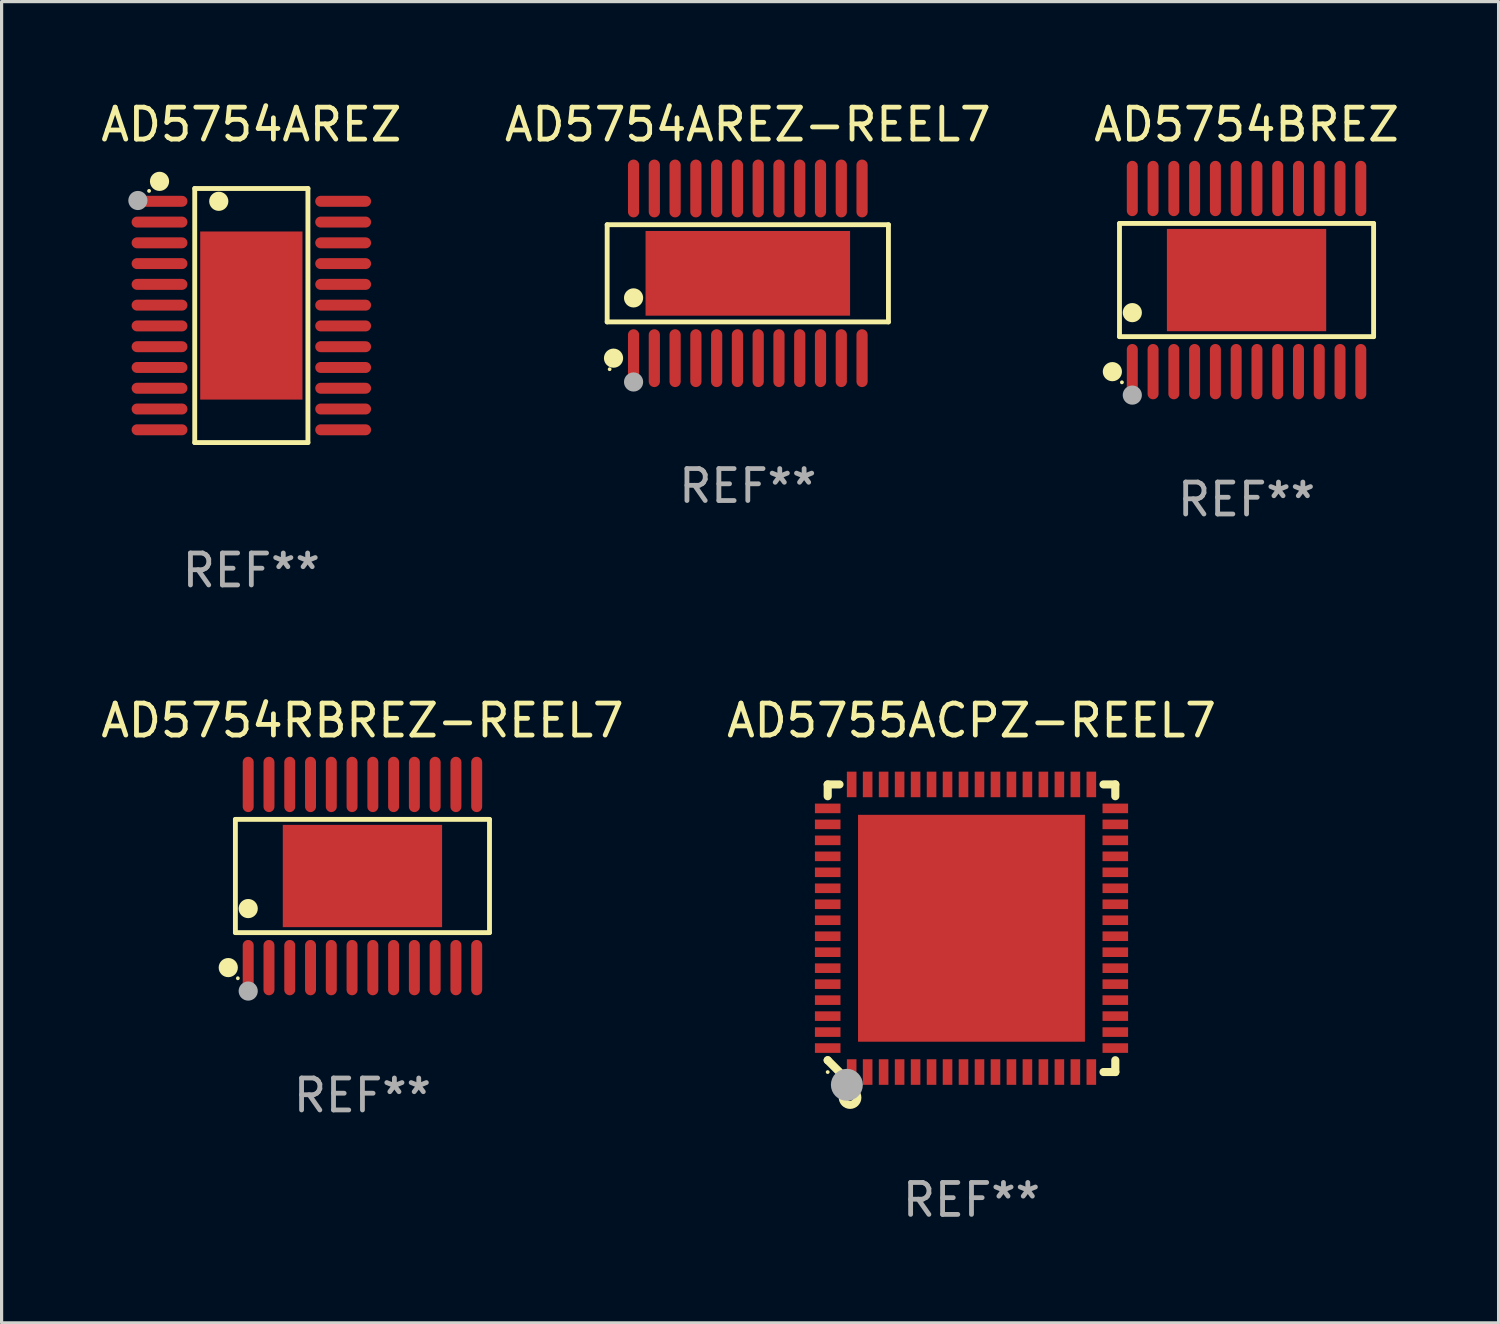
<source format=kicad_pcb>
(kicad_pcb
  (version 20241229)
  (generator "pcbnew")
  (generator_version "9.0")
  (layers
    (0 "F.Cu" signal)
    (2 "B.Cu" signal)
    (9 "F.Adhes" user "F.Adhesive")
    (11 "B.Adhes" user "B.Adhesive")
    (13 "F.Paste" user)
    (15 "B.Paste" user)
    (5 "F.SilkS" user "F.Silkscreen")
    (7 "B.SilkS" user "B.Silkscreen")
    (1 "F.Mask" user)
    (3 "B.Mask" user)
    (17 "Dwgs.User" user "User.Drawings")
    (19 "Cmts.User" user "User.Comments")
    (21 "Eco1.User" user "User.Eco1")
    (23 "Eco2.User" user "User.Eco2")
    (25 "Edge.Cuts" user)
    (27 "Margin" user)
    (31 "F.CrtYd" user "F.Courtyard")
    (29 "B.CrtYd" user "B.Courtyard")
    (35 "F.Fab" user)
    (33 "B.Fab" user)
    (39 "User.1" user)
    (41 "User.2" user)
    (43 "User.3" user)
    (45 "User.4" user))
  (footprint "AD5754AREZ-REEL7"
    (layer "F.Cu")
    (at 20.351 5.503)
    (property "Reference" "AD5754AREZ-REEL7" (at 0 -4.655 0) (layer "F.SilkS") (effects (font (size 1 1) (thickness 0.15))))
    (attr through_hole)
    (fp_line (start -4.401 -1.521) (end 4.401 -1.521) (stroke (width 0.152) (type solid)) (layer "F.SilkS"))
    (fp_line (start -4.401 1.521) (end -4.401 -1.521) (stroke (width 0.152) (type solid)) (layer "F.SilkS"))
    (fp_line (start 4.401 -1.521) (end 4.401 1.521) (stroke (width 0.152) (type solid)) (layer "F.SilkS"))
    (fp_line (start 4.401 1.521) (end -4.401 1.521) (stroke (width 0.152) (type solid)) (layer "F.SilkS"))
    (fp_circle (center -4.325 3) (end -4.295 3) (stroke (width 0.06) (type solid)) (fill no) (layer "F.SilkS"))
    (fp_circle (center -4.202 2.655) (end -4.052 2.655) (stroke (width 0.3) (type solid)) (fill no) (layer "F.SilkS"))
    (fp_circle (center -3.575 0.769) (end -3.425 0.769) (stroke (width 0.3) (type solid)) (fill no) (layer "F.SilkS"))
    (fp_circle (center -3.575 3.4) (end -3.425 3.4) (stroke (width 0.3) (type solid)) (fill no) (layer "F.Fab"))
    (fp_text user "REF**" (at 0 6.655 0) (layer "F.Fab") (effects (font (size 1 1) (thickness 0.15))))
    (pad "1" smd oval (at -3.575 2.655) (size 0.35 1.809) (layers "F.Cu" "F.Mask" "F.Paste"))
    (pad "2" smd oval (at -2.925 2.655) (size 0.35 1.809) (layers "F.Cu" "F.Mask" "F.Paste"))
    (pad "3" smd oval (at -2.275 2.655) (size 0.35 1.809) (layers "F.Cu" "F.Mask" "F.Paste"))
    (pad "4" smd oval (at -1.625 2.655) (size 0.35 1.809) (layers "F.Cu" "F.Mask" "F.Paste"))
    (pad "5" smd oval (at -0.975 2.655) (size 0.35 1.809) (layers "F.Cu" "F.Mask" "F.Paste"))
    (pad "6" smd oval (at -0.325 2.655) (size 0.35 1.809) (layers "F.Cu" "F.Mask" "F.Paste"))
    (pad "7" smd oval (at 0.325 2.655) (size 0.35 1.809) (layers "F.Cu" "F.Mask" "F.Paste"))
    (pad "8" smd oval (at 0.975 2.655) (size 0.35 1.809) (layers "F.Cu" "F.Mask" "F.Paste"))
    (pad "9" smd oval (at 1.625 2.655) (size 0.35 1.809) (layers "F.Cu" "F.Mask" "F.Paste"))
    (pad "10" smd oval (at 2.275 2.655) (size 0.35 1.809) (layers "F.Cu" "F.Mask" "F.Paste"))
    (pad "11" smd oval (at 2.925 2.655) (size 0.35 1.809) (layers "F.Cu" "F.Mask" "F.Paste"))
    (pad "12" smd oval (at 3.575 2.655) (size 0.35 1.809) (layers "F.Cu" "F.Mask" "F.Paste"))
    (pad "13" smd oval (at 3.575 -2.655) (size 0.35 1.809) (layers "F.Cu" "F.Mask" "F.Paste"))
    (pad "14" smd oval (at 2.925 -2.655) (size 0.35 1.809) (layers "F.Cu" "F.Mask" "F.Paste"))
    (pad "15" smd oval (at 2.275 -2.655) (size 0.35 1.809) (layers "F.Cu" "F.Mask" "F.Paste"))
    (pad "16" smd oval (at 1.625 -2.655) (size 0.35 1.809) (layers "F.Cu" "F.Mask" "F.Paste"))
    (pad "17" smd oval (at 0.975 -2.655) (size 0.35 1.809) (layers "F.Cu" "F.Mask" "F.Paste"))
    (pad "18" smd oval (at 0.325 -2.655) (size 0.35 1.809) (layers "F.Cu" "F.Mask" "F.Paste"))
    (pad "19" smd oval (at -0.325 -2.655) (size 0.35 1.809) (layers "F.Cu" "F.Mask" "F.Paste"))
    (pad "20" smd oval (at -0.975 -2.655) (size 0.35 1.809) (layers "F.Cu" "F.Mask" "F.Paste"))
    (pad "21" smd oval (at -1.625 -2.655) (size 0.35 1.809) (layers "F.Cu" "F.Mask" "F.Paste"))
    (pad "22" smd oval (at -2.275 -2.655) (size 0.35 1.809) (layers "F.Cu" "F.Mask" "F.Paste"))
    (pad "23" smd oval (at -2.925 -2.655) (size 0.35 1.809) (layers "F.Cu" "F.Mask" "F.Paste"))
    (pad "24" smd oval (at -3.575 -2.655) (size 0.35 1.809) (layers "F.Cu" "F.Mask" "F.Paste"))
    (pad "25" smd rect (at 0 0) (size 6.4 2.65) (layers "F.Cu" "F.Mask" "F.Paste")))
  (footprint "AD5755ACPZ-REEL7"
    (layer "F.Cu")
    (at 27.351 25.997)
    (property "Reference" "AD5755ACPZ-REEL7" (at 0 -6.5 0) (layer "F.SilkS") (effects (font (size 1 1) (thickness 0.15))))
    (attr through_hole)
    (fp_line (start -4.5 -4.5) (end -4.5 -4.131) (stroke (width 0.254) (type solid)) (layer "F.SilkS"))
    (fp_line (start -4.5 4.131) (end -4.5 4.131) (stroke (width 0.254) (type solid)) (layer "F.SilkS"))
    (fp_line (start -4.5 4.131) (end -4.131 4.5) (stroke (width 0.254) (type solid)) (layer "F.SilkS"))
    (fp_line (start -4.131 -4.5) (end -4.5 -4.5) (stroke (width 0.254) (type solid)) (layer "F.SilkS"))
    (fp_line (start 4.131 4.5) (end 4.5 4.5) (stroke (width 0.254) (type solid)) (layer "F.SilkS"))
    (fp_line (start 4.5 -4.5) (end 4.131 -4.5) (stroke (width 0.254) (type solid)) (layer "F.SilkS"))
    (fp_line (start 4.5 -4.131) (end 4.5 -4.5) (stroke (width 0.254) (type solid)) (layer "F.SilkS"))
    (fp_line (start 4.5 4.5) (end 4.5 4.131) (stroke (width 0.254) (type solid)) (layer "F.SilkS"))
    (fp_circle (center -4.5 4.5) (end -4.47 4.5) (stroke (width 0.06) (type solid)) (fill no) (layer "F.SilkS"))
    (fp_circle (center -3.8 5.3) (end -3.7 5.3) (stroke (width 0.254) (type solid)) (fill no) (layer "F.SilkS"))
    (fp_circle (center -3.9 4.9) (end -3.65 4.9) (stroke (width 0.5) (type solid)) (fill no) (layer "F.Fab"))
    (fp_text user "REF**" (at 0 8.5 0) (layer "F.Fab") (effects (font (size 1 1) (thickness 0.15))))
    (pad "1" smd rect (at -3.75 4.5) (size 0.3 0.8) (layers "F.Cu" "F.Mask" "F.Paste"))
    (pad "2" smd rect (at -3.25 4.5) (size 0.3 0.8) (layers "F.Cu" "F.Mask" "F.Paste"))
    (pad "3" smd rect (at -2.75 4.5) (size 0.3 0.8) (layers "F.Cu" "F.Mask" "F.Paste"))
    (pad "4" smd rect (at -2.25 4.5) (size 0.3 0.8) (layers "F.Cu" "F.Mask" "F.Paste"))
    (pad "5" smd rect (at -1.75 4.5) (size 0.3 0.8) (layers "F.Cu" "F.Mask" "F.Paste"))
    (pad "6" smd rect (at -1.25 4.5) (size 0.3 0.8) (layers "F.Cu" "F.Mask" "F.Paste"))
    (pad "7" smd rect (at -0.75 4.5) (size 0.3 0.8) (layers "F.Cu" "F.Mask" "F.Paste"))
    (pad "8" smd rect (at -0.25 4.5) (size 0.3 0.8) (layers "F.Cu" "F.Mask" "F.Paste"))
    (pad "9" smd rect (at 0.25 4.5) (size 0.3 0.8) (layers "F.Cu" "F.Mask" "F.Paste"))
    (pad "10" smd rect (at 0.75 4.5) (size 0.3 0.8) (layers "F.Cu" "F.Mask" "F.Paste"))
    (pad "11" smd rect (at 1.25 4.5) (size 0.3 0.8) (layers "F.Cu" "F.Mask" "F.Paste"))
    (pad "12" smd rect (at 1.75 4.5) (size 0.3 0.8) (layers "F.Cu" "F.Mask" "F.Paste"))
    (pad "13" smd rect (at 2.25 4.5) (size 0.3 0.8) (layers "F.Cu" "F.Mask" "F.Paste"))
    (pad "14" smd rect (at 2.75 4.5) (size 0.3 0.8) (layers "F.Cu" "F.Mask" "F.Paste"))
    (pad "15" smd rect (at 3.25 4.5) (size 0.3 0.8) (layers "F.Cu" "F.Mask" "F.Paste"))
    (pad "16" smd rect (at 3.75 4.5) (size 0.3 0.8) (layers "F.Cu" "F.Mask" "F.Paste"))
    (pad "17" smd rect (at 4.5 3.75) (size 0.8 0.3) (layers "F.Cu" "F.Mask" "F.Paste"))
    (pad "18" smd rect (at 4.5 3.25) (size 0.8 0.3) (layers "F.Cu" "F.Mask" "F.Paste"))
    (pad "19" smd rect (at 4.5 2.75) (size 0.8 0.3) (layers "F.Cu" "F.Mask" "F.Paste"))
    (pad "20" smd rect (at 4.5 2.25) (size 0.8 0.3) (layers "F.Cu" "F.Mask" "F.Paste"))
    (pad "21" smd rect (at 4.5 1.75) (size 0.8 0.3) (layers "F.Cu" "F.Mask" "F.Paste"))
    (pad "22" smd rect (at 4.5 1.25) (size 0.8 0.3) (layers "F.Cu" "F.Mask" "F.Paste"))
    (pad "23" smd rect (at 4.5 0.75) (size 0.8 0.3) (layers "F.Cu" "F.Mask" "F.Paste"))
    (pad "24" smd rect (at 4.5 0.25) (size 0.8 0.3) (layers "F.Cu" "F.Mask" "F.Paste"))
    (pad "25" smd rect (at 4.5 -0.25) (size 0.8 0.3) (layers "F.Cu" "F.Mask" "F.Paste"))
    (pad "26" smd rect (at 4.5 -0.75) (size 0.8 0.3) (layers "F.Cu" "F.Mask" "F.Paste"))
    (pad "27" smd rect (at 4.5 -1.25) (size 0.8 0.3) (layers "F.Cu" "F.Mask" "F.Paste"))
    (pad "28" smd rect (at 4.5 -1.75) (size 0.8 0.3) (layers "F.Cu" "F.Mask" "F.Paste"))
    (pad "29" smd rect (at 4.5 -2.25) (size 0.8 0.3) (layers "F.Cu" "F.Mask" "F.Paste"))
    (pad "30" smd rect (at 4.5 -2.75) (size 0.8 0.3) (layers "F.Cu" "F.Mask" "F.Paste"))
    (pad "31" smd rect (at 4.5 -3.25) (size 0.8 0.3) (layers "F.Cu" "F.Mask" "F.Paste"))
    (pad "32" smd rect (at 4.5 -3.75) (size 0.8 0.3) (layers "F.Cu" "F.Mask" "F.Paste"))
    (pad "33" smd rect (at 3.75 -4.5) (size 0.3 0.8) (layers "F.Cu" "F.Mask" "F.Paste"))
    (pad "34" smd rect (at 3.25 -4.5) (size 0.3 0.8) (layers "F.Cu" "F.Mask" "F.Paste"))
    (pad "35" smd rect (at 2.75 -4.5) (size 0.3 0.8) (layers "F.Cu" "F.Mask" "F.Paste"))
    (pad "36" smd rect (at 2.25 -4.5) (size 0.3 0.8) (layers "F.Cu" "F.Mask" "F.Paste"))
    (pad "37" smd rect (at 1.75 -4.5) (size 0.3 0.8) (layers "F.Cu" "F.Mask" "F.Paste"))
    (pad "38" smd rect (at 1.25 -4.5) (size 0.3 0.8) (layers "F.Cu" "F.Mask" "F.Paste"))
    (pad "39" smd rect (at 0.75 -4.5) (size 0.3 0.8) (layers "F.Cu" "F.Mask" "F.Paste"))
    (pad "40" smd rect (at 0.25 -4.5) (size 0.3 0.8) (layers "F.Cu" "F.Mask" "F.Paste"))
    (pad "41" smd rect (at -0.25 -4.5) (size 0.3 0.8) (layers "F.Cu" "F.Mask" "F.Paste"))
    (pad "42" smd rect (at -0.75 -4.5) (size 0.3 0.8) (layers "F.Cu" "F.Mask" "F.Paste"))
    (pad "43" smd rect (at -1.25 -4.5) (size 0.3 0.8) (layers "F.Cu" "F.Mask" "F.Paste"))
    (pad "44" smd rect (at -1.75 -4.5) (size 0.3 0.8) (layers "F.Cu" "F.Mask" "F.Paste"))
    (pad "45" smd rect (at -2.25 -4.5) (size 0.3 0.8) (layers "F.Cu" "F.Mask" "F.Paste"))
    (pad "46" smd rect (at -2.75 -4.5) (size 0.3 0.8) (layers "F.Cu" "F.Mask" "F.Paste"))
    (pad "47" smd rect (at -3.25 -4.5) (size 0.3 0.8) (layers "F.Cu" "F.Mask" "F.Paste"))
    (pad "48" smd rect (at -3.75 -4.5) (size 0.3 0.8) (layers "F.Cu" "F.Mask" "F.Paste"))
    (pad "49" smd rect (at -4.5 -3.75) (size 0.8 0.3) (layers "F.Cu" "F.Mask" "F.Paste"))
    (pad "50" smd rect (at -4.5 -3.25) (size 0.8 0.3) (layers "F.Cu" "F.Mask" "F.Paste"))
    (pad "51" smd rect (at -4.5 -2.75) (size 0.8 0.3) (layers "F.Cu" "F.Mask" "F.Paste"))
    (pad "52" smd rect (at -4.5 -2.25) (size 0.8 0.3) (layers "F.Cu" "F.Mask" "F.Paste"))
    (pad "53" smd rect (at -4.5 -1.75) (size 0.8 0.3) (layers "F.Cu" "F.Mask" "F.Paste"))
    (pad "54" smd rect (at -4.5 -1.25) (size 0.8 0.3) (layers "F.Cu" "F.Mask" "F.Paste"))
    (pad "55" smd rect (at -4.5 -0.75) (size 0.8 0.3) (layers "F.Cu" "F.Mask" "F.Paste"))
    (pad "56" smd rect (at -4.5 -0.25) (size 0.8 0.3) (layers "F.Cu" "F.Mask" "F.Paste"))
    (pad "57" smd rect (at -4.5 0.25) (size 0.8 0.3) (layers "F.Cu" "F.Mask" "F.Paste"))
    (pad "58" smd rect (at -4.5 0.75) (size 0.8 0.3) (layers "F.Cu" "F.Mask" "F.Paste"))
    (pad "59" smd rect (at -4.5 1.25) (size 0.8 0.3) (layers "F.Cu" "F.Mask" "F.Paste"))
    (pad "60" smd rect (at -4.5 1.75) (size 0.8 0.3) (layers "F.Cu" "F.Mask" "F.Paste"))
    (pad "61" smd rect (at -4.5 2.25) (size 0.8 0.3) (layers "F.Cu" "F.Mask" "F.Paste"))
    (pad "62" smd rect (at -4.5 2.75) (size 0.8 0.3) (layers "F.Cu" "F.Mask" "F.Paste"))
    (pad "63" smd rect (at -4.5 3.25) (size 0.8 0.3) (layers "F.Cu" "F.Mask" "F.Paste"))
    (pad "64" smd rect (at -4.5 3.75) (size 0.8 0.3) (layers "F.Cu" "F.Mask" "F.Paste"))
    (pad "65" smd rect (at -0.001 0.001) (size 7.1 7.1) (layers "F.Cu" "F.Mask" "F.Paste")))
  (footprint "AD5754AREZ"
    (layer "F.Cu")
    (at 4.815 6.824)
    (property "Reference" "AD5754AREZ" (at 0 -5.976 0) (layer "F.SilkS") (effects (font (size 1 1) (thickness 0.15))))
    (attr through_hole)
    (fp_line (start -1.771 -3.976) (end 1.771 -3.976) (stroke (width 0.152) (type solid)) (layer "F.SilkS"))
    (fp_line (start -1.771 3.976) (end -1.771 -3.976) (stroke (width 0.152) (type solid)) (layer "F.SilkS"))
    (fp_line (start 1.771 -3.976) (end 1.771 3.976) (stroke (width 0.152) (type solid)) (layer "F.SilkS"))
    (fp_line (start 1.771 3.976) (end -1.771 3.976) (stroke (width 0.152) (type solid)) (layer "F.SilkS"))
    (fp_circle (center -3.2 -3.9) (end -3.17 -3.9) (stroke (width 0.06) (type solid)) (fill no) (layer "F.SilkS"))
    (fp_circle (center -2.873 -4.199) (end -2.723 -4.199) (stroke (width 0.3) (type solid)) (fill no) (layer "F.SilkS"))
    (fp_circle (center -1.019 -3.575) (end -0.869 -3.575) (stroke (width 0.3) (type solid)) (fill no) (layer "F.SilkS"))
    (fp_circle (center -3.55 -3.6) (end -3.4 -3.6) (stroke (width 0.3) (type solid)) (fill no) (layer "F.Fab"))
    (fp_text user "REF**" (at 0 7.976 0) (layer "F.Fab") (effects (font (size 1 1) (thickness 0.15))))
    (pad "1" smd oval (at -2.873 -3.575 270) (size 0.343 1.747) (layers "F.Cu" "F.Mask" "F.Paste"))
    (pad "2" smd oval (at -2.873 -2.925 270) (size 0.343 1.747) (layers "F.Cu" "F.Mask" "F.Paste"))
    (pad "3" smd oval (at -2.873 -2.275 270) (size 0.343 1.747) (layers "F.Cu" "F.Mask" "F.Paste"))
    (pad "4" smd oval (at -2.873 -1.625 270) (size 0.343 1.747) (layers "F.Cu" "F.Mask" "F.Paste"))
    (pad "5" smd oval (at -2.873 -0.975 270) (size 0.343 1.747) (layers "F.Cu" "F.Mask" "F.Paste"))
    (pad "6" smd oval (at -2.873 -0.325 270) (size 0.343 1.747) (layers "F.Cu" "F.Mask" "F.Paste"))
    (pad "7" smd oval (at -2.873 0.325 270) (size 0.343 1.747) (layers "F.Cu" "F.Mask" "F.Paste"))
    (pad "8" smd oval (at -2.873 0.975 270) (size 0.343 1.747) (layers "F.Cu" "F.Mask" "F.Paste"))
    (pad "9" smd oval (at -2.873 1.625 270) (size 0.343 1.747) (layers "F.Cu" "F.Mask" "F.Paste"))
    (pad "10" smd oval (at -2.873 2.275 270) (size 0.343 1.747) (layers "F.Cu" "F.Mask" "F.Paste"))
    (pad "11" smd oval (at -2.873 2.925 270) (size 0.343 1.747) (layers "F.Cu" "F.Mask" "F.Paste"))
    (pad "12" smd oval (at -2.873 3.575 270) (size 0.343 1.747) (layers "F.Cu" "F.Mask" "F.Paste"))
    (pad "13" smd oval (at 2.873 3.575 270) (size 0.343 1.747) (layers "F.Cu" "F.Mask" "F.Paste"))
    (pad "14" smd oval (at 2.873 2.925 270) (size 0.343 1.747) (layers "F.Cu" "F.Mask" "F.Paste"))
    (pad "15" smd oval (at 2.873 2.275 270) (size 0.343 1.747) (layers "F.Cu" "F.Mask" "F.Paste"))
    (pad "16" smd oval (at 2.873 1.625 270) (size 0.343 1.747) (layers "F.Cu" "F.Mask" "F.Paste"))
    (pad "17" smd oval (at 2.873 0.975 270) (size 0.343 1.747) (layers "F.Cu" "F.Mask" "F.Paste"))
    (pad "18" smd oval (at 2.873 0.325 270) (size 0.343 1.747) (layers "F.Cu" "F.Mask" "F.Paste"))
    (pad "19" smd oval (at 2.873 -0.325 270) (size 0.343 1.747) (layers "F.Cu" "F.Mask" "F.Paste"))
    (pad "20" smd oval (at 2.873 -0.975 270) (size 0.343 1.747) (layers "F.Cu" "F.Mask" "F.Paste"))
    (pad "21" smd oval (at 2.873 -1.625 270) (size 0.343 1.747) (layers "F.Cu" "F.Mask" "F.Paste"))
    (pad "22" smd oval (at 2.873 -2.275 270) (size 0.343 1.747) (layers "F.Cu" "F.Mask" "F.Paste"))
    (pad "23" smd oval (at 2.873 -2.925 270) (size 0.343 1.747) (layers "F.Cu" "F.Mask" "F.Paste"))
    (pad "24" smd oval (at 2.873 -3.575 270) (size 0.343 1.747) (layers "F.Cu" "F.Mask" "F.Paste"))
    (pad "25" smd rect (at 0 -0.000102) (size 3.2 5.26) (layers "F.Cu" "F.Mask" "F.Paste")))
  (footprint "AD5754RBREZ-REEL7"
    (layer "F.Cu")
    (at 8.292 24.363)
    (property "Reference" "AD5754RBREZ-REEL7" (at 0 -4.866 0) (layer "F.SilkS") (effects (font (size 1 1) (thickness 0.15))))
    (attr through_hole)
    (fp_line (start -3.976 -1.772) (end 3.976 -1.772) (stroke (width 0.152) (type solid)) (layer "F.SilkS"))
    (fp_line (start -3.976 1.771) (end -3.976 -1.772) (stroke (width 0.152) (type solid)) (layer "F.SilkS"))
    (fp_line (start 3.976 -1.772) (end 3.976 1.771) (stroke (width 0.152) (type solid)) (layer "F.SilkS"))
    (fp_line (start 3.976 1.771) (end -3.976 1.771) (stroke (width 0.152) (type solid)) (layer "F.SilkS"))
    (fp_circle (center -4.199 2.866) (end -4.049 2.866) (stroke (width 0.3) (type solid)) (fill no) (layer "F.SilkS"))
    (fp_circle (center -3.9 3.2) (end -3.87 3.2) (stroke (width 0.06) (type solid)) (fill no) (layer "F.SilkS"))
    (fp_circle (center -3.575 1.019) (end -3.425 1.019) (stroke (width 0.3) (type solid)) (fill no) (layer "F.SilkS"))
    (fp_circle (center -3.575 3.6) (end -3.425 3.6) (stroke (width 0.3) (type solid)) (fill no) (layer "F.Fab"))
    (fp_text user "REF**" (at 0 6.866 0) (layer "F.Fab") (effects (font (size 1 1) (thickness 0.15))))
    (pad "1" smd oval (at -3.575 2.866) (size 0.343 1.731) (layers "F.Cu" "F.Mask" "F.Paste"))
    (pad "2" smd oval (at -2.925 2.866) (size 0.343 1.731) (layers "F.Cu" "F.Mask" "F.Paste"))
    (pad "3" smd oval (at -2.275 2.866) (size 0.343 1.731) (layers "F.Cu" "F.Mask" "F.Paste"))
    (pad "4" smd oval (at -1.625 2.866) (size 0.343 1.731) (layers "F.Cu" "F.Mask" "F.Paste"))
    (pad "5" smd oval (at -0.975 2.866) (size 0.343 1.731) (layers "F.Cu" "F.Mask" "F.Paste"))
    (pad "6" smd oval (at -0.325 2.866) (size 0.343 1.731) (layers "F.Cu" "F.Mask" "F.Paste"))
    (pad "7" smd oval (at 0.325 2.866) (size 0.343 1.731) (layers "F.Cu" "F.Mask" "F.Paste"))
    (pad "8" smd oval (at 0.975 2.866) (size 0.343 1.731) (layers "F.Cu" "F.Mask" "F.Paste"))
    (pad "9" smd oval (at 1.625 2.866) (size 0.343 1.731) (layers "F.Cu" "F.Mask" "F.Paste"))
    (pad "10" smd oval (at 2.275 2.866) (size 0.343 1.731) (layers "F.Cu" "F.Mask" "F.Paste"))
    (pad "11" smd oval (at 2.925 2.866) (size 0.343 1.731) (layers "F.Cu" "F.Mask" "F.Paste"))
    (pad "12" smd oval (at 3.575 2.866) (size 0.343 1.731) (layers "F.Cu" "F.Mask" "F.Paste"))
    (pad "13" smd oval (at 3.575 -2.866) (size 0.343 1.731) (layers "F.Cu" "F.Mask" "F.Paste"))
    (pad "14" smd oval (at 2.925 -2.866) (size 0.343 1.731) (layers "F.Cu" "F.Mask" "F.Paste"))
    (pad "15" smd oval (at 2.275 -2.866) (size 0.343 1.731) (layers "F.Cu" "F.Mask" "F.Paste"))
    (pad "16" smd oval (at 1.625 -2.866) (size 0.343 1.731) (layers "F.Cu" "F.Mask" "F.Paste"))
    (pad "17" smd oval (at 0.975 -2.866) (size 0.343 1.731) (layers "F.Cu" "F.Mask" "F.Paste"))
    (pad "18" smd oval (at 0.325 -2.866) (size 0.343 1.731) (layers "F.Cu" "F.Mask" "F.Paste"))
    (pad "19" smd oval (at -0.325 -2.866) (size 0.343 1.731) (layers "F.Cu" "F.Mask" "F.Paste"))
    (pad "20" smd oval (at -0.975 -2.866) (size 0.343 1.731) (layers "F.Cu" "F.Mask" "F.Paste"))
    (pad "21" smd oval (at -1.625 -2.866) (size 0.343 1.731) (layers "F.Cu" "F.Mask" "F.Paste"))
    (pad "22" smd oval (at -2.275 -2.866) (size 0.343 1.731) (layers "F.Cu" "F.Mask" "F.Paste"))
    (pad "23" smd oval (at -2.925 -2.866) (size 0.343 1.731) (layers "F.Cu" "F.Mask" "F.Paste"))
    (pad "24" smd oval (at -3.575 -2.866) (size 0.343 1.731) (layers "F.Cu" "F.Mask" "F.Paste"))
    (pad "25" smd rect (at 0 -0.000127) (size 4.985 3.2) (layers "F.Cu" "F.Mask" "F.Paste")))
  (footprint "AD5754BREZ"
    (layer "F.Cu")
    (at 35.958 5.714)
    (property "Reference" "AD5754BREZ" (at 0 -4.866 0) (layer "F.SilkS") (effects (font (size 1 1) (thickness 0.15))))
    (attr through_hole)
    (fp_line (start -3.976 -1.772) (end 3.976 -1.772) (stroke (width 0.152) (type solid)) (layer "F.SilkS"))
    (fp_line (start -3.976 1.771) (end -3.976 -1.772) (stroke (width 0.152) (type solid)) (layer "F.SilkS"))
    (fp_line (start 3.976 -1.772) (end 3.976 1.771) (stroke (width 0.152) (type solid)) (layer "F.SilkS"))
    (fp_line (start 3.976 1.771) (end -3.976 1.771) (stroke (width 0.152) (type solid)) (layer "F.SilkS"))
    (fp_circle (center -4.199 2.866) (end -4.049 2.866) (stroke (width 0.3) (type solid)) (fill no) (layer "F.SilkS"))
    (fp_circle (center -3.9 3.2) (end -3.87 3.2) (stroke (width 0.06) (type solid)) (fill no) (layer "F.SilkS"))
    (fp_circle (center -3.575 1.019) (end -3.425 1.019) (stroke (width 0.3) (type solid)) (fill no) (layer "F.SilkS"))
    (fp_circle (center -3.575 3.6) (end -3.425 3.6) (stroke (width 0.3) (type solid)) (fill no) (layer "F.Fab"))
    (fp_text user "REF**" (at 0 6.866 0) (layer "F.Fab") (effects (font (size 1 1) (thickness 0.15))))
    (pad "1" smd oval (at -3.575 2.866) (size 0.343 1.731) (layers "F.Cu" "F.Mask" "F.Paste"))
    (pad "2" smd oval (at -2.925 2.866) (size 0.343 1.731) (layers "F.Cu" "F.Mask" "F.Paste"))
    (pad "3" smd oval (at -2.275 2.866) (size 0.343 1.731) (layers "F.Cu" "F.Mask" "F.Paste"))
    (pad "4" smd oval (at -1.625 2.866) (size 0.343 1.731) (layers "F.Cu" "F.Mask" "F.Paste"))
    (pad "5" smd oval (at -0.975 2.866) (size 0.343 1.731) (layers "F.Cu" "F.Mask" "F.Paste"))
    (pad "6" smd oval (at -0.325 2.866) (size 0.343 1.731) (layers "F.Cu" "F.Mask" "F.Paste"))
    (pad "7" smd oval (at 0.325 2.866) (size 0.343 1.731) (layers "F.Cu" "F.Mask" "F.Paste"))
    (pad "8" smd oval (at 0.975 2.866) (size 0.343 1.731) (layers "F.Cu" "F.Mask" "F.Paste"))
    (pad "9" smd oval (at 1.625 2.866) (size 0.343 1.731) (layers "F.Cu" "F.Mask" "F.Paste"))
    (pad "10" smd oval (at 2.275 2.866) (size 0.343 1.731) (layers "F.Cu" "F.Mask" "F.Paste"))
    (pad "11" smd oval (at 2.925 2.866) (size 0.343 1.731) (layers "F.Cu" "F.Mask" "F.Paste"))
    (pad "12" smd oval (at 3.575 2.866) (size 0.343 1.731) (layers "F.Cu" "F.Mask" "F.Paste"))
    (pad "13" smd oval (at 3.575 -2.866) (size 0.343 1.731) (layers "F.Cu" "F.Mask" "F.Paste"))
    (pad "14" smd oval (at 2.925 -2.866) (size 0.343 1.731) (layers "F.Cu" "F.Mask" "F.Paste"))
    (pad "15" smd oval (at 2.275 -2.866) (size 0.343 1.731) (layers "F.Cu" "F.Mask" "F.Paste"))
    (pad "16" smd oval (at 1.625 -2.866) (size 0.343 1.731) (layers "F.Cu" "F.Mask" "F.Paste"))
    (pad "17" smd oval (at 0.975 -2.866) (size 0.343 1.731) (layers "F.Cu" "F.Mask" "F.Paste"))
    (pad "18" smd oval (at 0.325 -2.866) (size 0.343 1.731) (layers "F.Cu" "F.Mask" "F.Paste"))
    (pad "19" smd oval (at -0.325 -2.866) (size 0.343 1.731) (layers "F.Cu" "F.Mask" "F.Paste"))
    (pad "20" smd oval (at -0.975 -2.866) (size 0.343 1.731) (layers "F.Cu" "F.Mask" "F.Paste"))
    (pad "21" smd oval (at -1.625 -2.866) (size 0.343 1.731) (layers "F.Cu" "F.Mask" "F.Paste"))
    (pad "22" smd oval (at -2.275 -2.866) (size 0.343 1.731) (layers "F.Cu" "F.Mask" "F.Paste"))
    (pad "23" smd oval (at -2.925 -2.866) (size 0.343 1.731) (layers "F.Cu" "F.Mask" "F.Paste"))
    (pad "24" smd oval (at -3.575 -2.866) (size 0.343 1.731) (layers "F.Cu" "F.Mask" "F.Paste"))
    (pad "25" smd rect (at 0 -0.000127) (size 4.985 3.2) (layers "F.Cu" "F.Mask" "F.Paste")))
  (gr_rect
    (start -3 -3)
    (end 43.845 38.346)
    (stroke (width 0.1) (type default))
    (fill no)
    (layer "Edge.Cuts")))
</source>
